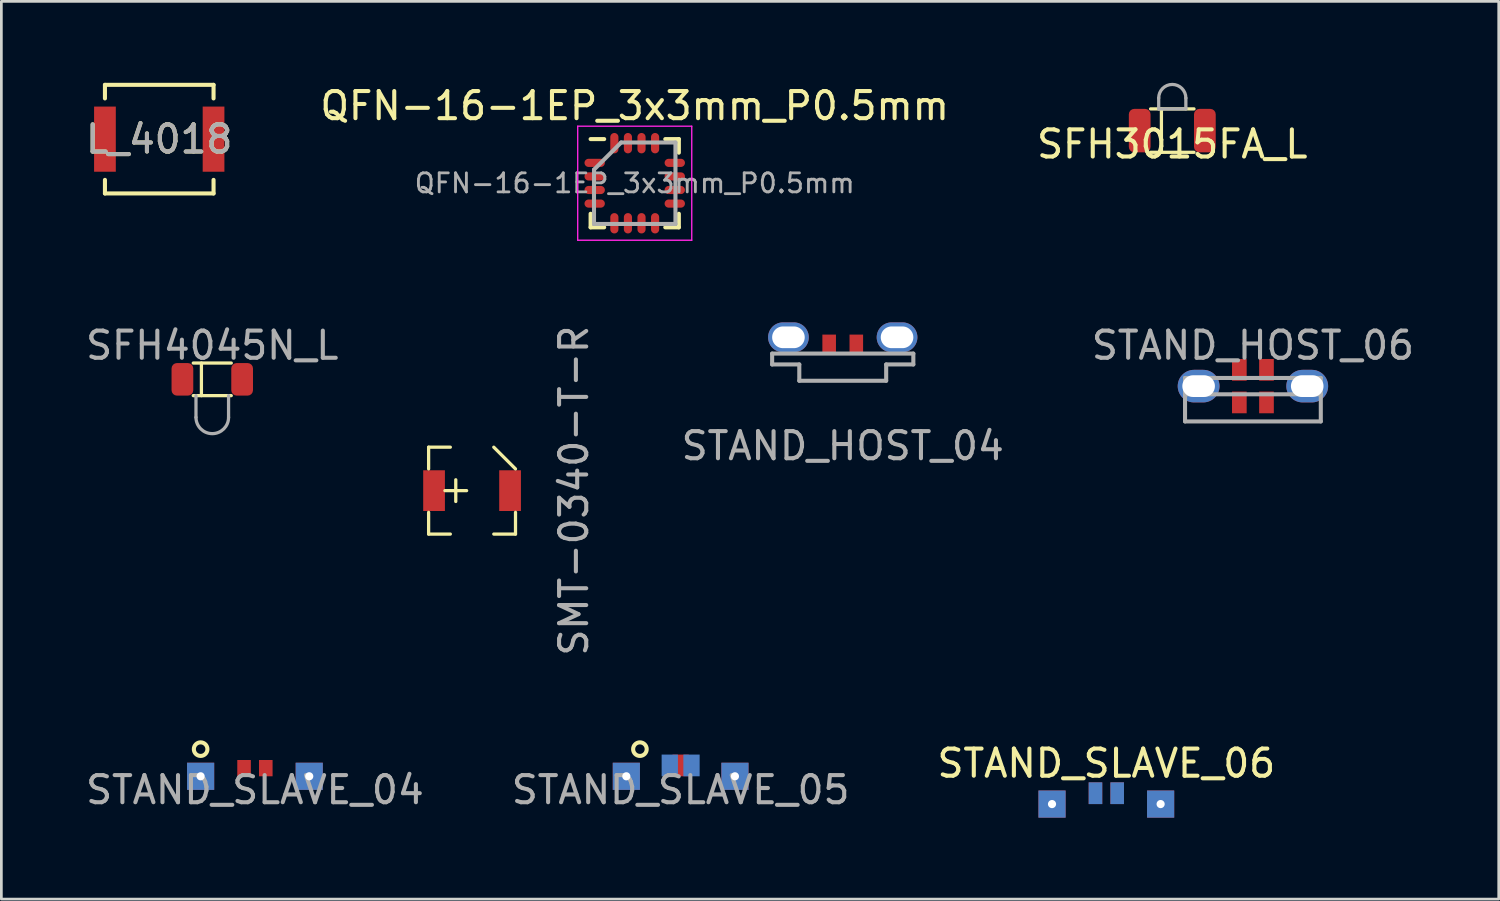
<source format=kicad_pcb>
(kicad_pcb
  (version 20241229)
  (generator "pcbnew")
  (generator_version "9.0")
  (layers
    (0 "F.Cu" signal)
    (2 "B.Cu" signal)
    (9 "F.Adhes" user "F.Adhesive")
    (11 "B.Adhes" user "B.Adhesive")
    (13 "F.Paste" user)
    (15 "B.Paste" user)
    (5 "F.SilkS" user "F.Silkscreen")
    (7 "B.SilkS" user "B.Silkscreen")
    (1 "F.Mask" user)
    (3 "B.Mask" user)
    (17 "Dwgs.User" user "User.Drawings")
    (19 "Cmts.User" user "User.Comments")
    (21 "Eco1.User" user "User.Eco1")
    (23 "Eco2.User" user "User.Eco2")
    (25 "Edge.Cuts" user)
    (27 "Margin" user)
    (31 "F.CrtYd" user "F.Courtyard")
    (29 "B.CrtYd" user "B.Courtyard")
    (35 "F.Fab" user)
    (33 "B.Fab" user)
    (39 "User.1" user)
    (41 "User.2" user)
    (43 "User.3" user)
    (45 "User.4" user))
  (footprint "STAND_HOST_06"
    (layer "F.Cu")
    (at 43.095 11.171)
    (property "Reference" "STAND_HOST_06" (at 0 -1.5 180) (layer "F.Fab") (effects (font (size 1 1) (thickness 0.15))))
    (attr through_hole)
    (fp_line (start -2.5 -0.3) (end -2.5 0.3) (stroke (width 0.15) (type solid)) (layer "F.Fab"))
    (fp_line (start -2.5 0.3) (end -2.5 1.3) (stroke (width 0.15) (type solid)) (layer "F.Fab"))
    (fp_line (start -2.5 0.3) (end 2.5 0.3) (stroke (width 0.15) (type solid)) (layer "F.Fab"))
    (fp_line (start -2.5 1.3) (end 2.5 1.3) (stroke (width 0.15) (type solid)) (layer "F.Fab"))
    (fp_line (start 2.5 -0.3) (end -2.5 -0.3) (stroke (width 0.15) (type solid)) (layer "F.Fab"))
    (fp_line (start 2.5 0.3) (end 2.5 -0.3) (stroke (width 0.15) (type solid)) (layer "F.Fab"))
    (fp_line (start 2.5 1.3) (end 2.5 0.3) (stroke (width 0.15) (type solid)) (layer "F.Fab"))
    (pad "1" thru_hole oval (at -2 0) (size 1.54 1.2) (drill oval 1.2 0.8) (layers "*.Cu" "*.Paste" "*.Mask"))
    (pad "2" smd rect (at -0.5 0.6) (size 0.54 0.8) (layers "F.Cu" "F.Mask" "F.Paste"))
    (pad "3" smd rect (at -0.5 -0.6) (size 0.54 0.8) (layers "F.Cu" "F.Mask" "F.Paste"))
    (pad "4" smd rect (at 0.5 0.6) (size 0.54 0.8) (layers "F.Cu" "F.Mask" "F.Paste"))
    (pad "5" smd rect (at 0.5 -0.6) (size 0.54 0.8) (layers "F.Cu" "F.Mask" "F.Paste"))
    (pad "6" thru_hole oval (at 2 0) (size 1.54 1.2) (drill oval 1.2 0.8) (layers "*.Cu" "*.Paste" "*.Mask")))
  (footprint "SFH4045N_L"
    (layer "F.Cu")
    (at 4.768 10.921)
    (property "Reference" "SFH4045N_L" (at 0 -1.25 180) (layer "F.Fab") (effects (font (size 1 1) (thickness 0.15))))
    (attr through_hole)
    (fp_line (start -0.7 -0.6) (end 0.7 -0.6) (stroke (width 0.12) (type solid)) (layer "F.SilkS"))
    (fp_line (start -0.4 -0.6) (end -0.4 0.6) (stroke (width 0.12) (type solid)) (layer "F.SilkS"))
    (fp_line (start 0.7 0.6) (end -0.7 0.6) (stroke (width 0.12) (type solid)) (layer "F.SilkS"))
    (fp_line (start -0.6 1.4) (end -0.6 0.6) (stroke (width 0.12) (type solid)) (layer "F.Fab"))
    (fp_line (start 0.6 1.4) (end 0.6 0.6) (stroke (width 0.12) (type solid)) (layer "F.Fab"))
    (fp_arc (start 0.6 1.4) (mid 0 2) (end -0.6 1.4) (stroke (width 0.12) (type solid)) (layer "F.Fab"))
    (pad "1" smd roundrect (at -1.1 0) (size 0.8 1.2) (layers "F.Cu" "F.Mask" "F.Paste") (roundrect_rratio 0.25))
    (pad "2" smd roundrect (at 1.1 0) (size 0.8 1.2) (layers "F.Cu" "F.Mask" "F.Paste") (roundrect_rratio 0.25)))
  (footprint "STAND_SLAVE_04"
    (layer "F.Cu")
    (at 6.339 25.541)
    (property "Reference" "STAND_SLAVE_04" (at 0 0.5 0) (layer "F.Fab") (effects (font (size 1 1) (thickness 0.15))))
    (attr through_hole)
    (fp_circle (center -2 -1) (end -1.75 -1) (stroke (width 0.15) (type solid)) (fill no) (layer "F.SilkS"))
    (pad "1" thru_hole rect (at -2 0) (size 1 1) (drill 0.3) (layers "*.Cu" "*.Paste" "*.Mask"))
    (pad "2" smd rect (at -0.4 -0.3) (size 0.5 0.6) (layers "F.Cu" "F.Mask" "F.Paste"))
    (pad "3" smd rect (at 0.4 -0.3) (size 0.5 0.6) (layers "F.Cu" "F.Mask" "F.Paste"))
    (pad "4" thru_hole rect (at 2 0) (size 1 1) (drill 0.3) (layers "*.Cu" "*.Paste" "*.Mask")))
  (footprint "SFH3015FA_L"
    (layer "F.Cu")
    (at 40.125 1.76)
    (property "Reference" "SFH3015FA_L" (at 0 0.5 0) (layer "F.SilkS") (effects (font (size 1 1) (thickness 0.15))))
    (attr through_hole)
    (fp_line (start -0.8 -0.8) (end 0.8 -0.8) (stroke (width 0.12) (type solid)) (layer "F.SilkS"))
    (fp_line (start -0.4 -0.8) (end -0.4 0.8) (stroke (width 0.12) (type solid)) (layer "F.SilkS"))
    (fp_line (start 0.8 0.8) (end -0.8 0.8) (stroke (width 0.12) (type solid)) (layer "F.SilkS"))
    (fp_line (start -0.5 -1.2) (end -0.5 -0.8) (stroke (width 0.12) (type solid)) (layer "F.Fab"))
    (fp_line (start -0.5 -0.8) (end 0.5 -0.8) (stroke (width 0.12) (type solid)) (layer "F.Fab"))
    (fp_line (start 0.5 -0.8) (end 0.5 -1.2) (stroke (width 0.12) (type solid)) (layer "F.Fab"))
    (fp_arc (start -0.5 -1.2) (mid 0 -1.7) (end 0.5 -1.2) (stroke (width 0.12) (type solid)) (layer "F.Fab"))
    (pad "1" smd roundrect (at -1.2 0) (size 0.8 1.6) (layers "F.Cu" "F.Mask" "F.Paste") (roundrect_rratio 0.25))
    (pad "2" smd roundrect (at 1.2 0) (size 0.8 1.6) (layers "F.Cu" "F.Mask" "F.Paste") (roundrect_rratio 0.25)))
  (footprint "QFN-16-1EP_3x3mm_P0.5mm"
    (layer "F.Cu")
    (at 20.327 3.698)
    (property "Reference" "QFN-16-1EP_3x3mm_P0.5mm" (at 0 -2.85 180) (layer "F.SilkS") (effects (font (size 1 1) (thickness 0.15))))
    (attr smd)
    (fp_line (start -1.625 -1.625) (end -1.125 -1.625) (stroke (width 0.15) (type solid)) (layer "F.SilkS"))
    (fp_line (start -1.625 1.625) (end -1.625 1.125) (stroke (width 0.15) (type solid)) (layer "F.SilkS"))
    (fp_line (start -1.625 1.625) (end -1.125 1.625) (stroke (width 0.15) (type solid)) (layer "F.SilkS"))
    (fp_line (start 1.625 -1.625) (end 1.125 -1.625) (stroke (width 0.15) (type solid)) (layer "F.SilkS"))
    (fp_line (start 1.625 -1.625) (end 1.625 -1.125) (stroke (width 0.15) (type solid)) (layer "F.SilkS"))
    (fp_line (start 1.625 1.625) (end 1.125 1.625) (stroke (width 0.15) (type solid)) (layer "F.SilkS"))
    (fp_line (start 1.625 1.625) (end 1.625 1.125) (stroke (width 0.15) (type solid)) (layer "F.SilkS"))
    (fp_line (start -2.1 -2.1) (end -2.1 2.1) (stroke (width 0.05) (type solid)) (layer "F.CrtYd"))
    (fp_line (start -2.1 -2.1) (end 2.1 -2.1) (stroke (width 0.05) (type solid)) (layer "F.CrtYd"))
    (fp_line (start -2.1 2.1) (end 2.1 2.1) (stroke (width 0.05) (type solid)) (layer "F.CrtYd"))
    (fp_line (start 2.1 -2.1) (end 2.1 2.1) (stroke (width 0.05) (type solid)) (layer "F.CrtYd"))
    (fp_line (start -1.5 -0.5) (end -0.5 -1.5) (stroke (width 0.15) (type solid)) (layer "F.Fab"))
    (fp_line (start -1.5 1.5) (end -1.5 -0.5) (stroke (width 0.15) (type solid)) (layer "F.Fab"))
    (fp_line (start -0.5 -1.5) (end 1.5 -1.5) (stroke (width 0.15) (type solid)) (layer "F.Fab"))
    (fp_line (start 1.5 -1.5) (end 1.5 1.5) (stroke (width 0.15) (type solid)) (layer "F.Fab"))
    (fp_line (start 1.5 1.5) (end -1.5 1.5) (stroke (width 0.15) (type solid)) (layer "F.Fab"))
    (fp_text user "${REFERENCE}" (at 0 0 180) (layer "F.Fab") (effects (font (size 0.7 0.7) (thickness 0.105))))
    (pad "1" smd oval (at -1.475 -0.75) (size 0.75 0.3) (layers "F.Cu" "F.Mask" "F.Paste"))
    (pad "2" smd oval (at -1.475 -0.25) (size 0.75 0.3) (layers "F.Cu" "F.Mask" "F.Paste"))
    (pad "3" smd oval (at -1.475 0.25) (size 0.75 0.3) (layers "F.Cu" "F.Mask" "F.Paste"))
    (pad "4" smd oval (at -1.475 0.75) (size 0.75 0.3) (layers "F.Cu" "F.Mask" "F.Paste"))
    (pad "5" smd oval (at -0.75 1.475 90) (size 0.75 0.3) (layers "F.Cu" "F.Mask" "F.Paste"))
    (pad "6" smd oval (at -0.25 1.475 90) (size 0.75 0.3) (layers "F.Cu" "F.Mask" "F.Paste"))
    (pad "7" smd oval (at 0.25 1.475 90) (size 0.75 0.3) (layers "F.Cu" "F.Mask" "F.Paste"))
    (pad "8" smd oval (at 0.75 1.475 90) (size 0.75 0.3) (layers "F.Cu" "F.Mask" "F.Paste"))
    (pad "9" smd oval (at 1.475 0.75) (size 0.75 0.3) (layers "F.Cu" "F.Mask" "F.Paste"))
    (pad "10" smd oval (at 1.475 0.25) (size 0.75 0.3) (layers "F.Cu" "F.Mask" "F.Paste"))
    (pad "11" smd oval (at 1.475 -0.25) (size 0.75 0.3) (layers "F.Cu" "F.Mask" "F.Paste"))
    (pad "12" smd oval (at 1.475 -0.75) (size 0.75 0.3) (layers "F.Cu" "F.Mask" "F.Paste"))
    (pad "13" smd oval (at 0.75 -1.475 90) (size 0.75 0.3) (layers "F.Cu" "F.Mask" "F.Paste"))
    (pad "14" smd oval (at 0.25 -1.475 90) (size 0.75 0.3) (layers "F.Cu" "F.Mask" "F.Paste"))
    (pad "15" smd oval (at -0.25 -1.475 90) (size 0.75 0.3) (layers "F.Cu" "F.Mask" "F.Paste"))
    (pad "16" smd oval (at -0.75 -1.475 90) (size 0.75 0.3) (layers "F.Cu" "F.Mask" "F.Paste")))
  (footprint "STAND_SLAVE_05"
    (layer "F.Cu")
    (at 22.018 25.541)
    (property "Reference" "STAND_SLAVE_05" (at 0 0.5 0) (layer "F.Fab") (effects (font (size 1 1) (thickness 0.15))))
    (attr through_hole)
    (fp_circle (center -1.5 -1) (end -1.25 -1) (stroke (width 0.15) (type solid)) (fill no) (layer "F.SilkS"))
    (pad "1" thru_hole rect (at -2 0) (size 1 1) (drill 0.3) (layers "*.Cu" "*.Paste" "*.Mask"))
    (pad "2" smd rect (at -0.4 -0.4) (size 0.6 0.8) (layers "B.Cu" "B.Mask" "B.Paste"))
    (pad "3" smd rect (at 0 -0.4) (size 0.6 0.8) (layers "F.Cu" "F.Mask" "F.Paste"))
    (pad "4" smd rect (at 0.4 -0.4) (size 0.6 0.8) (layers "B.Cu" "B.Mask" "B.Paste"))
    (pad "5" thru_hole rect (at 2 0) (size 1 1) (drill 0.3) (layers "*.Cu" "*.Paste" "*.Mask")))
  (footprint "STAND_SLAVE_06"
    (layer "F.Cu")
    (at 37.696 26.564)
    (property "Reference" "STAND_SLAVE_06" (at 0 -1.5 0) (layer "F.SilkS") (effects (font (size 1 1) (thickness 0.15))))
    (attr through_hole)
    (pad "1" thru_hole rect (at -2 0) (size 1 1) (drill 0.3) (layers "*.Cu" "*.Paste" "*.Mask"))
    (pad "2" smd rect (at -0.4 -0.4) (size 0.5 0.8) (layers "F.Cu" "F.Mask" "F.Paste"))
    (pad "3" smd rect (at -0.4 -0.4) (size 0.5 0.8) (layers "B.Cu" "B.Mask" "B.Paste"))
    (pad "4" smd rect (at 0.4 -0.4) (size 0.5 0.8) (layers "F.Cu" "F.Mask" "F.Paste"))
    (pad "5" smd rect (at 0.4 -0.4) (size 0.5 0.8) (layers "B.Cu" "B.Mask" "B.Paste"))
    (pad "6" thru_hole rect (at 2 0) (size 1 1) (drill 0.3) (layers "*.Cu" "*.Paste" "*.Mask")))
  (footprint "STAND_HOST_04"
    (layer "F.Cu")
    (at 27.988 9.373)
    (property "Reference" "STAND_HOST_04" (at 0 4 0) (layer "F.Fab") (effects (font (size 1 1) (thickness 0.15))))
    (attr through_hole)
    (fp_line (start -2.6 0.6) (end -2.6 1) (stroke (width 0.15) (type solid)) (layer "F.Fab"))
    (fp_line (start -2.6 1) (end -1.6 1) (stroke (width 0.15) (type solid)) (layer "F.Fab"))
    (fp_line (start -1.6 1) (end -1.6 1.6) (stroke (width 0.15) (type solid)) (layer "F.Fab"))
    (fp_line (start -1.6 1.6) (end 1.6 1.6) (stroke (width 0.15) (type solid)) (layer "F.Fab"))
    (fp_line (start 1.6 1) (end 2.6 1) (stroke (width 0.15) (type solid)) (layer "F.Fab"))
    (fp_line (start 1.6 1.6) (end 1.6 1) (stroke (width 0.15) (type solid)) (layer "F.Fab"))
    (fp_line (start 2.6 0.6) (end -2.6 0.6) (stroke (width 0.15) (type solid)) (layer "F.Fab"))
    (fp_line (start 2.6 1) (end 2.6 0.6) (stroke (width 0.15) (type solid)) (layer "F.Fab"))
    (pad "1" thru_hole oval (at -2 0) (size 1.5 1.1) (drill oval 1.2 0.8) (layers "*.Cu" "*.Paste" "*.Mask"))
    (pad "2" smd rect (at -0.5 0.25) (size 0.5 0.7) (layers "F.Cu" "F.Mask" "F.Paste"))
    (pad "3" smd rect (at 0.5 0.25) (size 0.5 0.7) (layers "F.Cu" "F.Mask" "F.Paste"))
    (pad "4" thru_hole oval (at 2 0) (size 1.5 1.1) (drill oval 1.2 0.8) (layers "*.Cu" "*.Paste" "*.Mask")))
  (footprint "L_4018"
    (layer "F.Cu")
    (at 2.815 2.075)
    (property "Reference" "L_4018" (at 0 0 0) (layer "F.SilkS") (effects (font (size 1 1) (thickness 0.15))))
    (attr smd)
    (fp_line (start -2 -2) (end 2 -2) (stroke (width 0.15) (type solid)) (layer "F.SilkS"))
    (fp_line (start -2 -1.5) (end -2 -2) (stroke (width 0.15) (type solid)) (layer "F.SilkS"))
    (fp_line (start -2 2) (end -2 1.5) (stroke (width 0.15) (type solid)) (layer "F.SilkS"))
    (fp_line (start 2 -2) (end 2 -1.5) (stroke (width 0.15) (type solid)) (layer "F.SilkS"))
    (fp_line (start 2 1.5) (end 2 2) (stroke (width 0.15) (type solid)) (layer "F.SilkS"))
    (fp_line (start 2 2) (end -2 2) (stroke (width 0.15) (type solid)) (layer "F.SilkS"))
    (fp_text user "${REFERENCE}" (at 0 0 0) (layer "F.Fab") (effects (font (size 1 1) (thickness 0.15))))
    (pad "1" smd rect (at -2 0) (size 0.8 2.4) (layers "F.Cu" "F.Mask" "F.Paste"))
    (pad "2" smd rect (at 2 0) (size 0.8 2.4) (layers "F.Cu" "F.Mask" "F.Paste")))
  (footprint "SMT-0340-T-R"
    (layer "F.Cu")
    (at 14.336 15.02)
    (property "Reference" "SMT-0340-T-R" (at 3.75 0 90) (layer "F.Fab") (effects (font (size 1 1) (thickness 0.15))))
    (attr through_hole)
    (fp_line (start -1.6 -1.6) (end -1.6 -0.8) (stroke (width 0.12) (type solid)) (layer "F.SilkS"))
    (fp_line (start -1.6 -1.6) (end -0.8 -1.6) (stroke (width 0.12) (type solid)) (layer "F.SilkS"))
    (fp_line (start -1.6 0.8) (end -1.6 1.6) (stroke (width 0.12) (type solid)) (layer "F.SilkS"))
    (fp_line (start -1.6 1.6) (end -0.8 1.6) (stroke (width 0.12) (type solid)) (layer "F.SilkS"))
    (fp_line (start -1 0) (end -0.2 0) (stroke (width 0.12) (type solid)) (layer "F.SilkS"))
    (fp_line (start -0.6 -0.4) (end -0.6 0.4) (stroke (width 0.12) (type solid)) (layer "F.SilkS"))
    (fp_line (start 0.8 -1.6) (end 1.6 -0.8) (stroke (width 0.12) (type solid)) (layer "F.SilkS"))
    (fp_line (start 1.6 0.8) (end 1.6 1.6) (stroke (width 0.12) (type solid)) (layer "F.SilkS"))
    (fp_line (start 1.6 1.6) (end 0.8 1.6) (stroke (width 0.12) (type solid)) (layer "F.SilkS"))
    (pad "1" smd rect (at -1.4 0) (size 0.8 1.5) (layers "F.Cu" "F.Mask" "F.Paste"))
    (pad "2" smd rect (at 1.4 0) (size 0.8 1.5) (layers "F.Cu" "F.Mask" "F.Paste")))
  (gr_rect
    (start -3 -3)
    (end 52.148 30.064)
    (stroke (width 0.1) (type default))
    (fill no)
    (layer "Edge.Cuts")))
</source>
